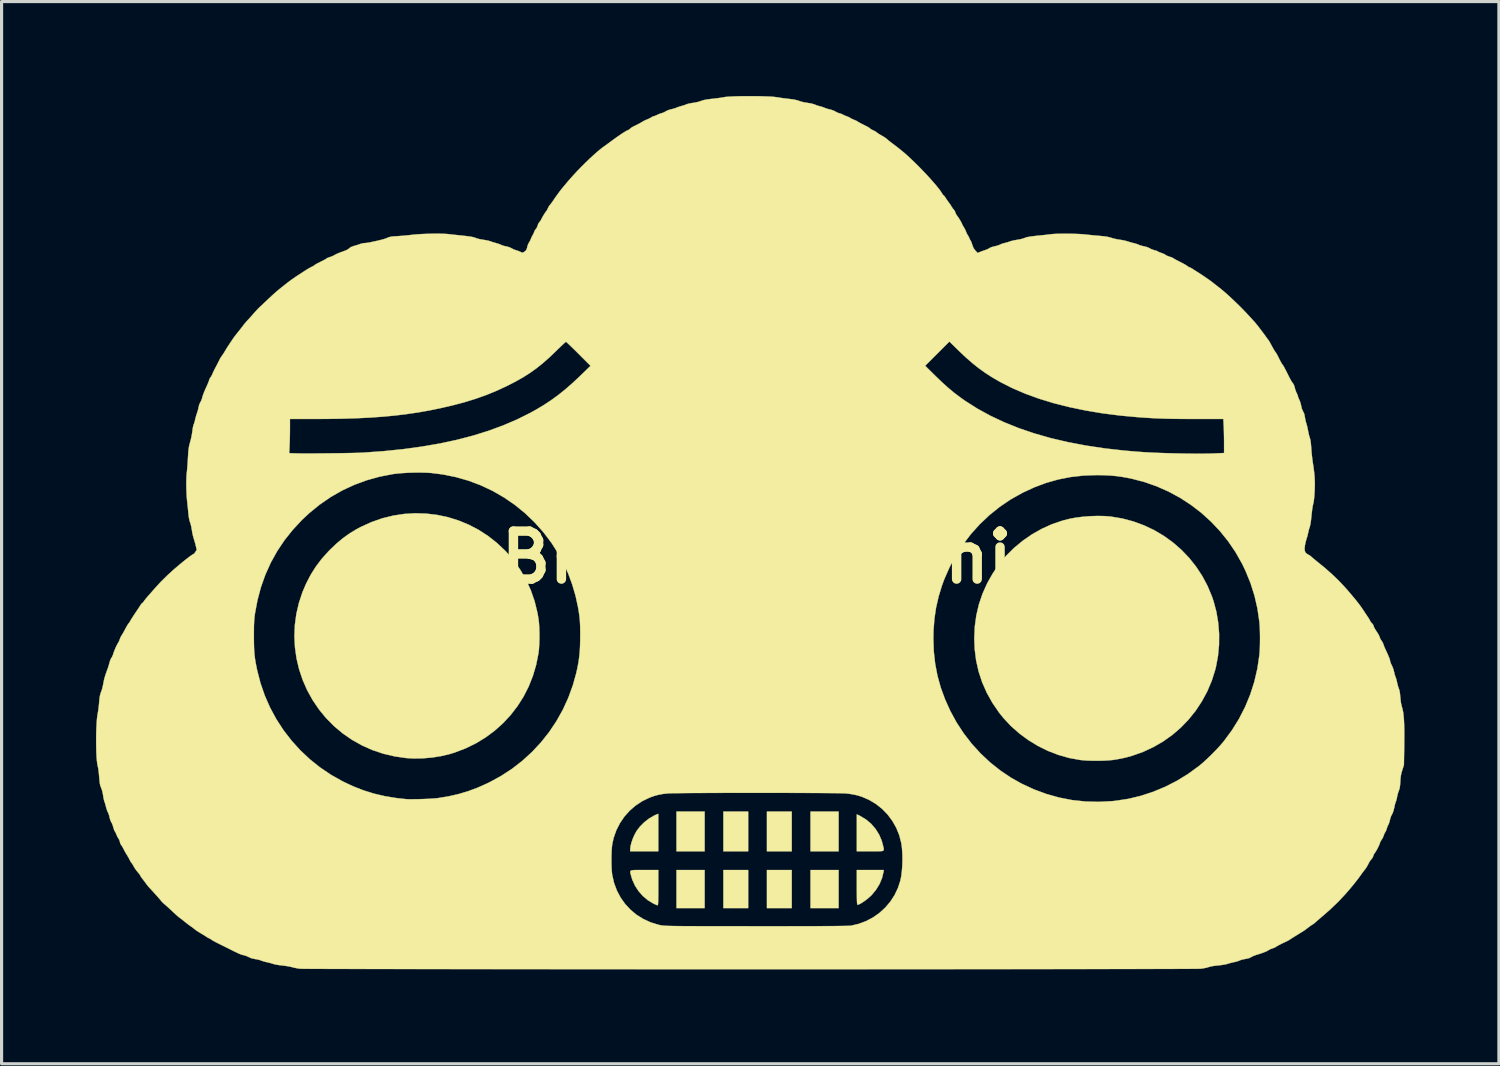
<source format=kicad_pcb>
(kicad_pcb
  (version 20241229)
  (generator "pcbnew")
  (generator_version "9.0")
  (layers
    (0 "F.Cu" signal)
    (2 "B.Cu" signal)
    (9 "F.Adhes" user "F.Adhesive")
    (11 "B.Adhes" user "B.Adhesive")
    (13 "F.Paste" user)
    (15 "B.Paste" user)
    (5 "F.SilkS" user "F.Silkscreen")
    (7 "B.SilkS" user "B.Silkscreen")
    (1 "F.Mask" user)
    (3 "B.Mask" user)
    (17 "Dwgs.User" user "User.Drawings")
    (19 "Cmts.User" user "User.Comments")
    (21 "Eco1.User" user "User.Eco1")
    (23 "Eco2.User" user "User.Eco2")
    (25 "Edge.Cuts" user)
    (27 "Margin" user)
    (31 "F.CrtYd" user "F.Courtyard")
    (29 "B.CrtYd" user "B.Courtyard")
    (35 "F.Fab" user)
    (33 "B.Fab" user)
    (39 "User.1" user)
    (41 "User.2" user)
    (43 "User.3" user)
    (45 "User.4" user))
  (footprint "BrrFaceSilkThick"
    (layer "F.Cu")
    (at 22.259 14.656)
    (property "Reference" "BrrFaceSilkThick" (at 0 0 0) (layer "F.SilkS") (effects (font (size 1.524 1.524) (thickness 0.3))))
    (attr through_hole)
    (fp_poly (pts (xy -2.925 9.337) (xy -3.819 9.337) (xy -3.819 8.075) (xy -2.925 8.075) (xy -2.925 9.337)) (stroke (width 0.01) (type solid)) (fill yes) (layer "F.SilkS"))
    (fp_poly (pts (xy -2.925 11.141) (xy -3.819 11.141) (xy -3.819 9.932) (xy -2.925 9.932) (xy -2.925 11.141)) (stroke (width 0.01) (type solid)) (fill yes) (layer "F.SilkS"))
    (fp_poly (pts (xy -1.542 9.337) (xy -2.33 9.337) (xy -2.33 8.075) (xy -1.542 8.075) (xy -1.542 9.337)) (stroke (width 0.01) (type solid)) (fill yes) (layer "F.SilkS"))
    (fp_poly (pts (xy -1.542 11.141) (xy -2.33 11.141) (xy -2.33 9.932) (xy -1.542 9.932) (xy -1.542 11.141)) (stroke (width 0.01) (type solid)) (fill yes) (layer "F.SilkS"))
    (fp_poly (pts (xy -0.158 9.337) (xy -0.946 9.337) (xy -0.946 8.075) (xy -0.158 8.075) (xy -0.158 9.337)) (stroke (width 0.01) (type solid)) (fill yes) (layer "F.SilkS"))
    (fp_poly (pts (xy -0.158 11.141) (xy -0.946 11.141) (xy -0.946 9.932) (xy -0.158 9.932) (xy -0.158 11.141)) (stroke (width 0.01) (type solid)) (fill yes) (layer "F.SilkS"))
    (fp_poly (pts (xy 1.331 9.337) (xy 0.438 9.337) (xy 0.438 8.075) (xy 1.331 8.075) (xy 1.331 9.337)) (stroke (width 0.01) (type solid)) (fill yes) (layer "F.SilkS"))
    (fp_poly (pts (xy 1.331 11.141) (xy 0.438 11.141) (xy 0.438 9.932) (xy 1.331 9.932) (xy 1.331 11.141)) (stroke (width 0.01) (type solid)) (fill yes) (layer "F.SilkS"))
    (fp_poly (pts (xy -4.397 9.337) (xy -5.29 9.337) (xy -5.29 9.28) (xy -5.28 9.182) (xy -5.251 9.065) (xy -5.209 8.941) (xy -5.155 8.817) (xy -5.094 8.705) (xy -5.086 8.691) (xy -4.978 8.549) (xy -4.845 8.416) (xy -4.695 8.299) (xy -4.537 8.206) (xy -4.44 8.163) (xy -4.397 8.146) (xy -4.397 9.337)) (stroke (width 0.01) (type solid)) (fill yes) (layer "F.SilkS"))
    (fp_poly (pts (xy 2.03 8.223) (xy 2.21 8.333) (xy 2.37 8.47) (xy 2.507 8.63) (xy 2.619 8.809) (xy 2.701 9.004) (xy 2.742 9.153) (xy 2.754 9.21) (xy 2.764 9.254) (xy 2.766 9.286) (xy 2.757 9.309) (xy 2.734 9.324) (xy 2.692 9.332) (xy 2.629 9.336) (xy 2.54 9.337) (xy 2.422 9.337) (xy 2.339 9.337) (xy 1.909 9.337) (xy 1.909 8.163) (xy 2.03 8.223)) (stroke (width 0.01) (type solid)) (fill yes) (layer "F.SilkS"))
    (fp_poly (pts (xy 2.756 9.998) (xy 2.709 10.191) (xy 2.63 10.379) (xy 2.521 10.557) (xy 2.386 10.721) (xy 2.367 10.74) (xy 2.293 10.808) (xy 2.213 10.874) (xy 2.13 10.934) (xy 2.053 10.984) (xy 1.987 11.019) (xy 1.939 11.035) (xy 1.931 11.036) (xy 1.925 11.028) (xy 1.92 11.004) (xy 1.916 10.96) (xy 1.913 10.894) (xy 1.911 10.802) (xy 1.91 10.681) (xy 1.909 10.53) (xy 1.909 10.484) (xy 1.909 9.932) (xy 2.766 9.932) (xy 2.756 9.998)) (stroke (width 0.01) (type solid)) (fill yes) (layer "F.SilkS"))
    (fp_poly (pts (xy -4.958 9.932) (xy -4.844 9.932) (xy -4.397 9.932) (xy -4.397 10.493) (xy -4.397 10.655) (xy -4.398 10.784) (xy -4.4 10.885) (xy -4.402 10.959) (xy -4.406 11.01) (xy -4.411 11.04) (xy -4.416 11.052) (xy -4.419 11.053) (xy -4.444 11.045) (xy -4.491 11.025) (xy -4.551 10.997) (xy -4.563 10.991) (xy -4.735 10.886) (xy -4.891 10.754) (xy -5.027 10.598) (xy -5.139 10.425) (xy -5.223 10.239) (xy -5.256 10.132) (xy -5.272 10.071) (xy -5.284 10.024) (xy -5.289 9.989) (xy -5.282 9.964) (xy -5.261 9.948) (xy -5.221 9.938) (xy -5.16 9.933) (xy -5.073 9.932) (xy -4.958 9.932)) (stroke (width 0.01) (type solid)) (fill yes) (layer "F.SilkS"))
    (fp_poly (pts (xy -11.765 -1.39) (xy -11.417 -1.348) (xy -11.075 -1.275) (xy -10.741 -1.171) (xy -10.416 -1.037) (xy -10.102 -0.872) (xy -9.802 -0.678) (xy -9.519 -0.455) (xy -9.253 -0.203) (xy -9.233 -0.182) (xy -8.991 0.099) (xy -8.779 0.398) (xy -8.597 0.714) (xy -8.446 1.047) (xy -8.325 1.396) (xy -8.236 1.761) (xy -8.204 1.944) (xy -8.188 2.079) (xy -8.178 2.238) (xy -8.173 2.413) (xy -8.173 2.592) (xy -8.179 2.765) (xy -8.189 2.924) (xy -8.204 3.048) (xy -8.277 3.414) (xy -8.381 3.766) (xy -8.515 4.103) (xy -8.678 4.423) (xy -8.869 4.724) (xy -9.086 5.006) (xy -9.328 5.267) (xy -9.594 5.505) (xy -9.882 5.719) (xy -10.191 5.907) (xy -10.52 6.068) (xy -10.867 6.2) (xy -11.011 6.245) (xy -11.287 6.311) (xy -11.58 6.358) (xy -11.881 6.384) (xy -12.177 6.388) (xy -12.402 6.375) (xy -12.771 6.322) (xy -13.129 6.238) (xy -13.475 6.122) (xy -13.806 5.975) (xy -14.121 5.799) (xy -14.418 5.595) (xy -14.695 5.363) (xy -14.951 5.104) (xy -15.169 4.839) (xy -15.375 4.537) (xy -15.551 4.22) (xy -15.695 3.891) (xy -15.808 3.553) (xy -15.89 3.207) (xy -15.939 2.856) (xy -15.957 2.503) (xy -15.942 2.149) (xy -15.895 1.797) (xy -15.814 1.448) (xy -15.701 1.106) (xy -15.581 0.827) (xy -15.436 0.548) (xy -15.275 0.293) (xy -15.095 0.054) (xy -14.887 -0.179) (xy -14.813 -0.255) (xy -14.612 -0.445) (xy -14.416 -0.609) (xy -14.215 -0.753) (xy -14.002 -0.884) (xy -13.841 -0.97) (xy -13.506 -1.122) (xy -13.165 -1.241) (xy -12.817 -1.327) (xy -12.467 -1.38) (xy -12.115 -1.401) (xy -11.765 -1.39)) (stroke (width 0.01) (type solid)) (fill yes) (layer "F.SilkS"))
    (fp_poly (pts (xy 9.777 -1.312) (xy 9.975 -1.297) (xy 9.985 -1.295) (xy 10.348 -1.234) (xy 10.699 -1.14) (xy 11.037 -1.015) (xy 11.359 -0.862) (xy 11.665 -0.681) (xy 11.952 -0.473) (xy 12.219 -0.241) (xy 12.465 0.015) (xy 12.686 0.293) (xy 12.882 0.591) (xy 13.051 0.908) (xy 13.191 1.243) (xy 13.241 1.389) (xy 13.33 1.722) (xy 13.389 2.069) (xy 13.418 2.422) (xy 13.416 2.777) (xy 13.383 3.128) (xy 13.32 3.469) (xy 13.295 3.571) (xy 13.184 3.921) (xy 13.042 4.256) (xy 12.871 4.573) (xy 12.674 4.872) (xy 12.45 5.15) (xy 12.203 5.406) (xy 11.933 5.639) (xy 11.642 5.846) (xy 11.331 6.026) (xy 11.003 6.179) (xy 10.659 6.301) (xy 10.487 6.349) (xy 10.375 6.376) (xy 10.249 6.401) (xy 10.127 6.423) (xy 10.04 6.436) (xy 9.901 6.449) (xy 9.738 6.458) (xy 9.562 6.461) (xy 9.384 6.46) (xy 9.214 6.454) (xy 9.063 6.442) (xy 8.995 6.434) (xy 8.649 6.371) (xy 8.309 6.274) (xy 7.978 6.146) (xy 7.659 5.988) (xy 7.354 5.802) (xy 7.068 5.59) (xy 6.802 5.355) (xy 6.561 5.096) (xy 6.428 4.93) (xy 6.216 4.62) (xy 6.037 4.299) (xy 5.891 3.967) (xy 5.778 3.624) (xy 5.699 3.27) (xy 5.653 2.905) (xy 5.641 2.575) (xy 5.657 2.202) (xy 5.706 1.842) (xy 5.788 1.492) (xy 5.904 1.151) (xy 6.053 0.819) (xy 6.229 0.508) (xy 6.428 0.218) (xy 6.655 -0.053) (xy 6.908 -0.303) (xy 7.182 -0.53) (xy 7.475 -0.732) (xy 7.785 -0.907) (xy 8.107 -1.053) (xy 8.441 -1.167) (xy 8.667 -1.225) (xy 8.871 -1.263) (xy 9.094 -1.291) (xy 9.326 -1.309) (xy 9.558 -1.316) (xy 9.777 -1.312)) (stroke (width 0.01) (type solid)) (fill yes) (layer "F.SilkS"))
    (fp_poly (pts (xy -1.248 -14.65) (xy -1.093 -14.647) (xy -0.951 -14.642) (xy -0.826 -14.637) (xy -0.725 -14.629) (xy -0.652 -14.62) (xy -0.648 -14.62) (xy -0.562 -14.606) (xy -0.456 -14.59) (xy -0.343 -14.576) (xy -0.251 -14.565) (xy -0.115 -14.548) (xy -0.009 -14.527) (xy 0.072 -14.502) (xy 0.082 -14.498) (xy 0.152 -14.475) (xy 0.242 -14.454) (xy 0.334 -14.439) (xy 0.345 -14.437) (xy 0.426 -14.425) (xy 0.502 -14.408) (xy 0.56 -14.39) (xy 0.572 -14.385) (xy 0.631 -14.361) (xy 0.701 -14.339) (xy 0.732 -14.331) (xy 0.797 -14.314) (xy 0.858 -14.293) (xy 0.88 -14.283) (xy 0.927 -14.264) (xy 0.993 -14.244) (xy 1.049 -14.231) (xy 1.12 -14.211) (xy 1.187 -14.185) (xy 1.225 -14.165) (xy 1.281 -14.134) (xy 1.339 -14.112) (xy 1.349 -14.11) (xy 1.409 -14.092) (xy 1.463 -14.067) (xy 1.516 -14.04) (xy 1.577 -14.016) (xy 1.585 -14.013) (xy 1.643 -13.991) (xy 1.696 -13.963) (xy 1.702 -13.958) (xy 1.75 -13.931) (xy 1.809 -13.905) (xy 1.824 -13.899) (xy 1.876 -13.878) (xy 1.917 -13.856) (xy 1.926 -13.85) (xy 1.952 -13.833) (xy 2.002 -13.805) (xy 2.069 -13.77) (xy 2.141 -13.734) (xy 2.214 -13.697) (xy 2.274 -13.664) (xy 2.315 -13.639) (xy 2.33 -13.625) (xy 2.33 -13.625) (xy 2.345 -13.61) (xy 2.382 -13.588) (xy 2.413 -13.574) (xy 2.468 -13.547) (xy 2.514 -13.521) (xy 2.528 -13.51) (xy 2.577 -13.472) (xy 2.655 -13.423) (xy 2.759 -13.364) (xy 2.814 -13.329) (xy 2.865 -13.289) (xy 2.874 -13.28) (xy 2.908 -13.25) (xy 2.962 -13.207) (xy 3.027 -13.158) (xy 3.066 -13.129) (xy 3.136 -13.076) (xy 3.223 -13.009) (xy 3.314 -12.935) (xy 3.401 -12.864) (xy 3.406 -12.86) (xy 3.515 -12.764) (xy 3.633 -12.654) (xy 3.758 -12.534) (xy 3.886 -12.407) (xy 4.013 -12.276) (xy 4.137 -12.145) (xy 4.254 -12.017) (xy 4.36 -11.896) (xy 4.453 -11.786) (xy 4.53 -11.69) (xy 4.586 -11.612) (xy 4.614 -11.566) (xy 4.637 -11.528) (xy 4.656 -11.509) (xy 4.658 -11.509) (xy 4.676 -11.495) (xy 4.703 -11.46) (xy 4.72 -11.434) (xy 4.759 -11.375) (xy 4.805 -11.309) (xy 4.826 -11.281) (xy 4.868 -11.224) (xy 4.905 -11.166) (xy 4.92 -11.141) (xy 4.952 -11.092) (xy 4.985 -11.051) (xy 4.99 -11.047) (xy 5.02 -11.005) (xy 5.037 -10.964) (xy 5.056 -10.913) (xy 5.086 -10.865) (xy 5.117 -10.823) (xy 5.153 -10.769) (xy 5.19 -10.709) (xy 5.223 -10.653) (xy 5.246 -10.608) (xy 5.255 -10.585) (xy 5.255 -10.585) (xy 5.264 -10.561) (xy 5.287 -10.521) (xy 5.3 -10.502) (xy 5.334 -10.444) (xy 5.367 -10.376) (xy 5.378 -10.349) (xy 5.401 -10.293) (xy 5.425 -10.248) (xy 5.435 -10.232) (xy 5.458 -10.197) (xy 5.481 -10.148) (xy 5.483 -10.142) (xy 5.504 -10.094) (xy 5.526 -10.058) (xy 5.528 -10.055) (xy 5.544 -10.025) (xy 5.563 -9.973) (xy 5.579 -9.923) (xy 5.616 -9.827) (xy 5.673 -9.749) (xy 5.678 -9.743) (xy 5.748 -9.67) (xy 5.812 -9.698) (xy 5.867 -9.719) (xy 5.935 -9.744) (xy 5.977 -9.757) (xy 6.04 -9.781) (xy 6.096 -9.807) (xy 6.121 -9.823) (xy 6.162 -9.845) (xy 6.223 -9.866) (xy 6.283 -9.88) (xy 6.353 -9.897) (xy 6.416 -9.916) (xy 6.454 -9.933) (xy 6.503 -9.955) (xy 6.567 -9.976) (xy 6.604 -9.985) (xy 6.676 -10.004) (xy 6.75 -10.027) (xy 6.779 -10.038) (xy 6.835 -10.055) (xy 6.911 -10.072) (xy 6.992 -10.086) (xy 7.004 -10.088) (xy 7.085 -10.102) (xy 7.164 -10.12) (xy 7.225 -10.141) (xy 7.232 -10.143) (xy 7.269 -10.158) (xy 7.313 -10.171) (xy 7.368 -10.182) (xy 7.44 -10.194) (xy 7.533 -10.205) (xy 7.652 -10.219) (xy 7.76 -10.23) (xy 7.854 -10.239) (xy 7.951 -10.25) (xy 8.035 -10.261) (xy 8.067 -10.265) (xy 8.146 -10.272) (xy 8.254 -10.278) (xy 8.382 -10.281) (xy 8.523 -10.282) (xy 8.67 -10.281) (xy 8.816 -10.278) (xy 8.953 -10.273) (xy 9.074 -10.266) (xy 9.173 -10.257) (xy 9.179 -10.256) (xy 9.289 -10.244) (xy 9.416 -10.231) (xy 9.544 -10.22) (xy 9.633 -10.212) (xy 9.769 -10.199) (xy 9.878 -10.182) (xy 9.969 -10.159) (xy 9.994 -10.151) (xy 10.076 -10.127) (xy 10.173 -10.105) (xy 10.264 -10.09) (xy 10.267 -10.09) (xy 10.351 -10.077) (xy 10.436 -10.059) (xy 10.504 -10.04) (xy 10.51 -10.038) (xy 10.586 -10.014) (xy 10.668 -9.991) (xy 10.703 -9.983) (xy 10.771 -9.966) (xy 10.835 -9.943) (xy 10.862 -9.932) (xy 10.913 -9.911) (xy 10.982 -9.892) (xy 11.037 -9.88) (xy 11.107 -9.863) (xy 11.174 -9.839) (xy 11.211 -9.819) (xy 11.266 -9.791) (xy 11.334 -9.766) (xy 11.364 -9.757) (xy 11.417 -9.743) (xy 11.455 -9.729) (xy 11.465 -9.722) (xy 11.485 -9.709) (xy 11.529 -9.69) (xy 11.587 -9.67) (xy 11.647 -9.647) (xy 11.695 -9.624) (xy 11.72 -9.607) (xy 11.748 -9.588) (xy 11.797 -9.567) (xy 11.84 -9.553) (xy 11.898 -9.534) (xy 11.946 -9.514) (xy 11.965 -9.502) (xy 11.991 -9.485) (xy 12.041 -9.456) (xy 12.108 -9.421) (xy 12.175 -9.387) (xy 12.254 -9.347) (xy 12.325 -9.308) (xy 12.38 -9.275) (xy 12.408 -9.255) (xy 12.446 -9.228) (xy 12.475 -9.214) (xy 12.478 -9.214) (xy 12.504 -9.205) (xy 12.546 -9.181) (xy 12.571 -9.166) (xy 12.626 -9.13) (xy 12.678 -9.097) (xy 12.694 -9.087) (xy 12.764 -9.043) (xy 12.847 -8.989) (xy 12.937 -8.929) (xy 13.025 -8.868) (xy 13.105 -8.813) (xy 13.169 -8.766) (xy 13.208 -8.737) (xy 13.248 -8.705) (xy 13.306 -8.659) (xy 13.375 -8.605) (xy 13.427 -8.565) (xy 13.537 -8.476) (xy 13.664 -8.366) (xy 13.802 -8.239) (xy 13.948 -8.101) (xy 14.094 -7.958) (xy 14.236 -7.813) (xy 14.367 -7.673) (xy 14.399 -7.638) (xy 14.453 -7.579) (xy 14.502 -7.525) (xy 14.538 -7.486) (xy 14.549 -7.474) (xy 14.576 -7.442) (xy 14.62 -7.388) (xy 14.674 -7.319) (xy 14.733 -7.242) (xy 14.792 -7.164) (xy 14.847 -7.091) (xy 14.892 -7.03) (xy 14.92 -6.989) (xy 14.952 -6.944) (xy 14.979 -6.911) (xy 15 -6.88) (xy 15.031 -6.828) (xy 15.068 -6.761) (xy 15.091 -6.718) (xy 15.13 -6.647) (xy 15.166 -6.585) (xy 15.194 -6.54) (xy 15.205 -6.525) (xy 15.22 -6.507) (xy 15.236 -6.482) (xy 15.257 -6.446) (xy 15.285 -6.393) (xy 15.322 -6.318) (xy 15.359 -6.245) (xy 15.389 -6.189) (xy 15.419 -6.141) (xy 15.434 -6.122) (xy 15.454 -6.093) (xy 15.485 -6.04) (xy 15.522 -5.97) (xy 15.557 -5.903) (xy 15.614 -5.788) (xy 15.658 -5.701) (xy 15.693 -5.636) (xy 15.72 -5.589) (xy 15.742 -5.556) (xy 15.761 -5.532) (xy 15.764 -5.528) (xy 15.788 -5.49) (xy 15.81 -5.433) (xy 15.82 -5.395) (xy 15.84 -5.322) (xy 15.868 -5.248) (xy 15.882 -5.22) (xy 15.906 -5.169) (xy 15.921 -5.127) (xy 15.923 -5.113) (xy 15.931 -5.082) (xy 15.951 -5.034) (xy 15.965 -5.006) (xy 15.991 -4.944) (xy 16.014 -4.867) (xy 16.025 -4.814) (xy 16.045 -4.728) (xy 16.075 -4.656) (xy 16.086 -4.637) (xy 16.125 -4.552) (xy 16.142 -4.463) (xy 16.155 -4.383) (xy 16.175 -4.299) (xy 16.188 -4.257) (xy 16.207 -4.192) (xy 16.227 -4.109) (xy 16.244 -4.023) (xy 16.246 -4.01) (xy 16.262 -3.932) (xy 16.28 -3.857) (xy 16.298 -3.801) (xy 16.301 -3.791) (xy 16.317 -3.734) (xy 16.331 -3.643) (xy 16.342 -3.518) (xy 16.347 -3.451) (xy 16.356 -3.33) (xy 16.37 -3.197) (xy 16.386 -3.066) (xy 16.403 -2.953) (xy 16.405 -2.943) (xy 16.422 -2.828) (xy 16.438 -2.698) (xy 16.45 -2.57) (xy 16.456 -2.479) (xy 16.459 -2.352) (xy 16.457 -2.217) (xy 16.452 -2.082) (xy 16.443 -1.953) (xy 16.432 -1.839) (xy 16.418 -1.746) (xy 16.405 -1.69) (xy 16.394 -1.642) (xy 16.381 -1.568) (xy 16.369 -1.475) (xy 16.357 -1.373) (xy 16.352 -1.323) (xy 16.338 -1.185) (xy 16.322 -1.073) (xy 16.304 -0.99) (xy 16.294 -0.955) (xy 16.271 -0.886) (xy 16.253 -0.814) (xy 16.248 -0.788) (xy 16.235 -0.725) (xy 16.215 -0.651) (xy 16.202 -0.613) (xy 16.182 -0.545) (xy 16.161 -0.461) (xy 16.145 -0.382) (xy 16.134 -0.283) (xy 16.139 -0.209) (xy 16.162 -0.154) (xy 16.207 -0.112) (xy 16.244 -0.091) (xy 16.295 -0.062) (xy 16.336 -0.032) (xy 16.346 -0.023) (xy 16.371 0.001) (xy 16.417 0.04) (xy 16.476 0.088) (xy 16.519 0.123) (xy 16.774 0.331) (xy 17.002 0.532) (xy 17.21 0.732) (xy 17.403 0.936) (xy 17.5 1.045) (xy 17.619 1.185) (xy 17.718 1.303) (xy 17.801 1.405) (xy 17.87 1.494) (xy 17.929 1.575) (xy 17.982 1.652) (xy 17.99 1.664) (xy 18.02 1.709) (xy 18.062 1.773) (xy 18.109 1.843) (xy 18.126 1.867) (xy 18.166 1.929) (xy 18.197 1.98) (xy 18.215 2.014) (xy 18.218 2.022) (xy 18.23 2.045) (xy 18.259 2.079) (xy 18.27 2.09) (xy 18.304 2.129) (xy 18.322 2.163) (xy 18.323 2.171) (xy 18.332 2.201) (xy 18.355 2.249) (xy 18.378 2.287) (xy 18.417 2.348) (xy 18.455 2.408) (xy 18.473 2.435) (xy 18.501 2.489) (xy 18.522 2.541) (xy 18.524 2.549) (xy 18.545 2.6) (xy 18.576 2.645) (xy 18.608 2.692) (xy 18.634 2.749) (xy 18.637 2.759) (xy 18.657 2.817) (xy 18.685 2.885) (xy 18.7 2.917) (xy 18.76 3.046) (xy 18.805 3.15) (xy 18.835 3.227) (xy 18.848 3.277) (xy 18.849 3.285) (xy 18.857 3.321) (xy 18.877 3.375) (xy 18.902 3.427) (xy 18.935 3.5) (xy 18.962 3.578) (xy 18.973 3.626) (xy 18.99 3.699) (xy 19.012 3.773) (xy 19.023 3.801) (xy 19.045 3.864) (xy 19.065 3.941) (xy 19.075 3.989) (xy 19.092 4.062) (xy 19.114 4.135) (xy 19.129 4.173) (xy 19.151 4.245) (xy 19.166 4.348) (xy 19.174 4.441) (xy 19.193 4.615) (xy 19.227 4.759) (xy 19.229 4.765) (xy 19.25 4.841) (xy 19.267 4.932) (xy 19.28 5.039) (xy 19.29 5.167) (xy 19.297 5.317) (xy 19.301 5.494) (xy 19.301 5.698) (xy 19.299 5.935) (xy 19.299 5.991) (xy 19.289 6.595) (xy 19.238 6.753) (xy 19.211 6.844) (xy 19.193 6.93) (xy 19.181 7.025) (xy 19.175 7.117) (xy 19.168 7.227) (xy 19.157 7.309) (xy 19.142 7.372) (xy 19.13 7.403) (xy 19.107 7.465) (xy 19.086 7.542) (xy 19.074 7.6) (xy 19.06 7.667) (xy 19.044 7.727) (xy 19.032 7.761) (xy 19.018 7.799) (xy 19.001 7.86) (xy 18.985 7.933) (xy 18.981 7.953) (xy 18.957 8.052) (xy 18.928 8.13) (xy 18.91 8.164) (xy 18.882 8.217) (xy 18.858 8.286) (xy 18.847 8.33) (xy 18.831 8.397) (xy 18.81 8.458) (xy 18.796 8.487) (xy 18.771 8.538) (xy 18.748 8.601) (xy 18.743 8.618) (xy 18.725 8.673) (xy 18.704 8.716) (xy 18.697 8.726) (xy 18.676 8.76) (xy 18.655 8.812) (xy 18.646 8.837) (xy 18.622 8.899) (xy 18.59 8.955) (xy 18.579 8.97) (xy 18.546 9.021) (xy 18.525 9.075) (xy 18.524 9.078) (xy 18.508 9.126) (xy 18.478 9.192) (xy 18.441 9.265) (xy 18.402 9.333) (xy 18.367 9.386) (xy 18.357 9.398) (xy 18.331 9.441) (xy 18.315 9.488) (xy 18.294 9.539) (xy 18.26 9.584) (xy 18.224 9.626) (xy 18.188 9.681) (xy 18.181 9.695) (xy 18.134 9.787) (xy 18.092 9.857) (xy 18.052 9.914) (xy 18.032 9.938) (xy 17.993 9.987) (xy 17.948 10.049) (xy 17.92 10.089) (xy 17.86 10.173) (xy 17.78 10.277) (xy 17.686 10.395) (xy 17.582 10.521) (xy 17.472 10.648) (xy 17.434 10.692) (xy 17.204 10.938) (xy 16.947 11.184) (xy 16.755 11.353) (xy 16.674 11.422) (xy 16.599 11.487) (xy 16.535 11.541) (xy 16.489 11.582) (xy 16.466 11.603) (xy 16.423 11.639) (xy 16.381 11.666) (xy 16.347 11.687) (xy 16.296 11.723) (xy 16.239 11.766) (xy 16.235 11.769) (xy 16.18 11.811) (xy 16.133 11.846) (xy 16.103 11.866) (xy 16.101 11.867) (xy 16.071 11.886) (xy 16.023 11.915) (xy 15.984 11.939) (xy 15.917 11.981) (xy 15.844 12.026) (xy 15.813 12.045) (xy 15.753 12.082) (xy 15.696 12.119) (xy 15.673 12.135) (xy 15.616 12.17) (xy 15.557 12.201) (xy 15.555 12.201) (xy 15.464 12.244) (xy 15.376 12.286) (xy 15.301 12.326) (xy 15.245 12.357) (xy 15.225 12.371) (xy 15.18 12.396) (xy 15.123 12.418) (xy 15.111 12.421) (xy 15.05 12.444) (xy 14.994 12.473) (xy 14.987 12.478) (xy 14.93 12.511) (xy 14.842 12.547) (xy 14.728 12.588) (xy 14.599 12.628) (xy 14.531 12.651) (xy 14.469 12.679) (xy 14.436 12.699) (xy 14.376 12.728) (xy 14.291 12.75) (xy 14.254 12.756) (xy 14.181 12.77) (xy 14.112 12.788) (xy 14.065 12.806) (xy 14.013 12.827) (xy 13.944 12.847) (xy 13.898 12.856) (xy 13.819 12.874) (xy 13.735 12.897) (xy 13.696 12.909) (xy 13.638 12.925) (xy 13.557 12.94) (xy 13.463 12.954) (xy 13.387 12.962) (xy 13.268 12.975) (xy 13.167 12.992) (xy 13.091 13.012) (xy 13.081 13.016) (xy 13.021 13.034) (xy 12.938 13.051) (xy 12.847 13.064) (xy 12.81 13.068) (xy 12.784 13.068) (xy 12.723 13.069) (xy 12.63 13.07) (xy 12.505 13.071) (xy 12.348 13.071) (xy 12.162 13.072) (xy 11.946 13.073) (xy 11.703 13.074) (xy 11.433 13.074) (xy 11.137 13.075) (xy 10.816 13.075) (xy 10.471 13.076) (xy 10.103 13.076) (xy 9.713 13.077) (xy 9.303 13.077) (xy 8.873 13.078) (xy 8.424 13.078) (xy 7.957 13.079) (xy 7.473 13.079) (xy 6.973 13.079) (xy 6.459 13.08) (xy 5.931 13.08) (xy 5.39 13.08) (xy 4.837 13.081) (xy 4.274 13.081) (xy 3.701 13.081) (xy 3.119 13.081) (xy 2.53 13.081) (xy 1.934 13.082) (xy 1.332 13.082) (xy 0.726 13.082) (xy 0.116 13.082) (xy -0.497 13.082) (xy -1.111 13.082) (xy -1.726 13.082) (xy -2.34 13.082) (xy -2.953 13.082) (xy -3.564 13.082) (xy -4.171 13.082) (xy -4.774 13.082) (xy -5.371 13.081) (xy -5.962 13.081) (xy -6.545 13.081) (xy -7.12 13.081) (xy -7.685 13.081) (xy -8.24 13.08) (xy -8.783 13.08) (xy -9.314 13.08) (xy -9.831 13.079) (xy -10.333 13.079) (xy -10.82 13.079) (xy -11.29 13.078) (xy -11.743 13.078) (xy -12.177 13.077) (xy -12.591 13.077) (xy -12.985 13.076) (xy -13.357 13.076) (xy -13.706 13.075) (xy -14.032 13.075) (xy -14.333 13.074) (xy -14.608 13.074) (xy -14.857 13.073) (xy -15.078 13.072) (xy -15.27 13.072) (xy -15.432 13.071) (xy -15.563 13.07) (xy -15.663 13.069) (xy -15.73 13.068) (xy -15.763 13.068) (xy -15.766 13.068) (xy -15.853 13.056) (xy -15.951 13.037) (xy -16.03 13.017) (xy -16.107 12.999) (xy -16.204 12.982) (xy -16.305 12.968) (xy -16.354 12.962) (xy -16.445 12.952) (xy -16.534 12.937) (xy -16.608 12.921) (xy -16.641 12.911) (xy -16.717 12.887) (xy -16.801 12.866) (xy -16.843 12.857) (xy -16.914 12.84) (xy -16.984 12.818) (xy -17.019 12.805) (xy -17.075 12.785) (xy -17.149 12.769) (xy -17.202 12.761) (xy -17.327 12.733) (xy -17.403 12.699) (xy -17.467 12.669) (xy -17.531 12.646) (xy -17.561 12.639) (xy -17.619 12.625) (xy -17.687 12.601) (xy -17.719 12.587) (xy -17.782 12.557) (xy -17.843 12.528) (xy -17.868 12.517) (xy -17.921 12.491) (xy -17.97 12.466) (xy -17.973 12.464) (xy -18.003 12.449) (xy -18.058 12.421) (xy -18.132 12.384) (xy -18.22 12.341) (xy -18.291 12.306) (xy -18.382 12.261) (xy -18.463 12.219) (xy -18.527 12.185) (xy -18.57 12.16) (xy -18.585 12.149) (xy -18.614 12.127) (xy -18.658 12.104) (xy -18.661 12.103) (xy -18.709 12.08) (xy -18.747 12.056) (xy -18.747 12.055) (xy -18.775 12.036) (xy -18.825 12.004) (xy -18.889 11.966) (xy -18.922 11.946) (xy -18.992 11.904) (xy -19.055 11.864) (xy -19.101 11.832) (xy -19.114 11.821) (xy -19.152 11.79) (xy -19.207 11.748) (xy -19.261 11.71) (xy -19.328 11.662) (xy -19.404 11.603) (xy -19.469 11.551) (xy -19.524 11.507) (xy -19.571 11.47) (xy -19.603 11.447) (xy -19.607 11.445) (xy -19.63 11.428) (xy -19.673 11.391) (xy -19.731 11.338) (xy -19.799 11.276) (xy -19.841 11.236) (xy -19.915 11.168) (xy -19.984 11.105) (xy -20.042 11.053) (xy -20.083 11.017) (xy -20.096 11.007) (xy -20.143 10.965) (xy -20.186 10.916) (xy -20.189 10.913) (xy -20.217 10.878) (xy -20.264 10.823) (xy -20.326 10.753) (xy -20.397 10.674) (xy -20.473 10.59) (xy -20.549 10.508) (xy -20.574 10.482) (xy -20.62 10.428) (xy -20.665 10.37) (xy -20.67 10.362) (xy -20.707 10.311) (xy -20.753 10.25) (xy -20.78 10.216) (xy -20.815 10.17) (xy -20.839 10.134) (xy -20.846 10.119) (xy -20.856 10.097) (xy -20.883 10.06) (xy -20.902 10.036) (xy -20.967 9.957) (xy -21.015 9.893) (xy -21.052 9.833) (xy -21.071 9.798) (xy -21.097 9.751) (xy -21.119 9.719) (xy -21.126 9.713) (xy -21.144 9.692) (xy -21.169 9.649) (xy -21.188 9.611) (xy -21.196 9.595) (xy -5.886 9.595) (xy -5.885 9.741) (xy -5.88 9.878) (xy -5.872 9.997) (xy -5.861 10.09) (xy -5.802 10.345) (xy -5.712 10.586) (xy -5.594 10.809) (xy -5.449 11.012) (xy -5.279 11.195) (xy -5.087 11.354) (xy -4.873 11.487) (xy -4.641 11.594) (xy -4.392 11.671) (xy -4.336 11.683) (xy -4.314 11.688) (xy -4.291 11.692) (xy -4.265 11.695) (xy -4.235 11.698) (xy -4.198 11.701) (xy -4.152 11.704) (xy -4.098 11.706) (xy -4.031 11.708) (xy -3.952 11.71) (xy -3.858 11.711) (xy -3.748 11.713) (xy -3.619 11.714) (xy -3.471 11.715) (xy -3.302 11.715) (xy -3.11 11.716) (xy -2.893 11.716) (xy -2.649 11.717) (xy -2.378 11.717) (xy -2.077 11.717) (xy -1.744 11.717) (xy -1.379 11.718) (xy -1.288 11.718) (xy -0.848 11.718) (xy -0.443 11.718) (xy -0.073 11.717) (xy 0.263 11.716) (xy 0.564 11.716) (xy 0.83 11.714) (xy 1.062 11.713) (xy 1.259 11.711) (xy 1.421 11.709) (xy 1.549 11.707) (xy 1.641 11.705) (xy 1.698 11.702) (xy 1.717 11.701) (xy 1.967 11.643) (xy 2.204 11.555) (xy 2.425 11.438) (xy 2.629 11.294) (xy 2.813 11.126) (xy 2.974 10.936) (xy 3.11 10.726) (xy 3.218 10.498) (xy 3.293 10.267) (xy 3.321 10.128) (xy 3.341 9.964) (xy 3.354 9.785) (xy 3.359 9.599) (xy 3.356 9.415) (xy 3.344 9.242) (xy 3.325 9.09) (xy 3.32 9.067) (xy 3.256 8.82) (xy 3.161 8.587) (xy 3.037 8.369) (xy 2.888 8.17) (xy 2.715 7.991) (xy 2.521 7.836) (xy 2.307 7.707) (xy 2.078 7.607) (xy 1.925 7.559) (xy 1.834 7.539) (xy 1.725 7.519) (xy 1.615 7.504) (xy 1.559 7.498) (xy 1.514 7.496) (xy 1.437 7.493) (xy 1.329 7.491) (xy 1.194 7.489) (xy 1.033 7.488) (xy 0.85 7.486) (xy 0.646 7.485) (xy 0.424 7.484) (xy 0.186 7.483) (xy -0.064 7.482) (xy -0.326 7.481) (xy -0.595 7.481) (xy -0.871 7.48) (xy -1.15 7.48) (xy -1.43 7.48) (xy -1.708 7.48) (xy -1.983 7.481) (xy -2.251 7.481) (xy -2.511 7.482) (xy -2.76 7.483) (xy -2.994 7.484) (xy -3.213 7.485) (xy -3.414 7.486) (xy -3.593 7.488) (xy -3.749 7.49) (xy -3.88 7.491) (xy -3.982 7.493) (xy -4.053 7.496) (xy -4.086 7.497) (xy -4.249 7.515) (xy -4.39 7.541) (xy -4.525 7.578) (xy -4.667 7.629) (xy -4.677 7.633) (xy -4.906 7.743) (xy -5.116 7.882) (xy -5.306 8.046) (xy -5.473 8.233) (xy -5.614 8.44) (xy -5.729 8.665) (xy -5.814 8.905) (xy -5.858 9.1) (xy -5.87 9.193) (xy -5.879 9.313) (xy -5.884 9.449) (xy -5.886 9.595) (xy -21.196 9.595) (xy -21.224 9.542) (xy -21.266 9.47) (xy -21.283 9.442) (xy -21.323 9.378) (xy -21.363 9.304) (xy -21.38 9.27) (xy -21.41 9.212) (xy -21.44 9.163) (xy -21.457 9.142) (xy -21.482 9.101) (xy -21.499 9.047) (xy -21.5 9.04) (xy -21.517 8.983) (xy -21.544 8.932) (xy -21.546 8.929) (xy -21.575 8.883) (xy -21.603 8.824) (xy -21.608 8.809) (xy -21.63 8.757) (xy -21.652 8.716) (xy -21.659 8.707) (xy -21.676 8.676) (xy -21.695 8.624) (xy -21.711 8.57) (xy -21.731 8.504) (xy -21.755 8.444) (xy -21.774 8.412) (xy -21.796 8.368) (xy -21.817 8.306) (xy -21.828 8.259) (xy -21.844 8.192) (xy -21.865 8.131) (xy -21.88 8.1) (xy -21.902 8.054) (xy -21.924 7.989) (xy -21.94 7.932) (xy -21.958 7.862) (xy -21.977 7.797) (xy -21.991 7.759) (xy -22.005 7.712) (xy -22.02 7.645) (xy -22.032 7.569) (xy -22.034 7.554) (xy -22.05 7.468) (xy -22.072 7.384) (xy -22.097 7.318) (xy -22.097 7.317) (xy -22.115 7.273) (xy -22.129 7.224) (xy -22.14 7.163) (xy -22.149 7.083) (xy -22.158 6.976) (xy -22.158 6.972) (xy -22.167 6.873) (xy -22.178 6.778) (xy -22.19 6.697) (xy -22.201 6.64) (xy -22.204 6.63) (xy -22.218 6.561) (xy -22.231 6.462) (xy -22.241 6.339) (xy -22.248 6.197) (xy -22.252 6.04) (xy -22.254 5.876) (xy -22.254 5.708) (xy -22.251 5.542) (xy -22.245 5.384) (xy -22.237 5.238) (xy -22.227 5.11) (xy -22.213 5.006) (xy -22.204 4.954) (xy -22.192 4.89) (xy -22.18 4.803) (xy -22.168 4.704) (xy -22.159 4.606) (xy -22.149 4.495) (xy -22.137 4.409) (xy -22.121 4.341) (xy -22.101 4.281) (xy -22.095 4.268) (xy -22.07 4.197) (xy -22.047 4.108) (xy -22.029 4.021) (xy -22.027 4.012) (xy -22.002 3.88) (xy -21.963 3.743) (xy -21.909 3.59) (xy -21.892 3.547) (xy -21.869 3.48) (xy -21.845 3.4) (xy -21.831 3.346) (xy -21.812 3.281) (xy -21.789 3.225) (xy -21.771 3.195) (xy -21.746 3.155) (xy -21.722 3.099) (xy -21.713 3.072) (xy -21.694 3.012) (xy -21.666 2.939) (xy -21.633 2.863) (xy -21.6 2.793) (xy -21.571 2.739) (xy -21.556 2.715) (xy -21.537 2.684) (xy -21.516 2.633) (xy -21.505 2.603) (xy -21.484 2.547) (xy -21.461 2.503) (xy -21.452 2.489) (xy -21.451 2.487) (xy -17.244 2.487) (xy -17.243 2.673) (xy -17.24 2.832) (xy -17.234 2.971) (xy -17.223 3.098) (xy -17.208 3.222) (xy -17.187 3.35) (xy -17.16 3.489) (xy -17.139 3.591) (xy -17.033 3.999) (xy -16.896 4.395) (xy -16.728 4.776) (xy -16.53 5.141) (xy -16.304 5.489) (xy -16.051 5.817) (xy -15.773 6.125) (xy -15.47 6.41) (xy -15.144 6.671) (xy -14.796 6.906) (xy -14.428 7.113) (xy -14.421 7.117) (xy -14.092 7.272) (xy -13.763 7.401) (xy -13.429 7.505) (xy -13.083 7.586) (xy -12.718 7.646) (xy -12.42 7.679) (xy -12.352 7.683) (xy -12.257 7.684) (xy -12.142 7.683) (xy -12.013 7.681) (xy -11.878 7.677) (xy -11.745 7.672) (xy -11.62 7.665) (xy -11.511 7.658) (xy -11.426 7.65) (xy -11.398 7.647) (xy -11.058 7.591) (xy -10.74 7.518) (xy -10.435 7.427) (xy -10.132 7.314) (xy -9.822 7.175) (xy -9.764 7.147) (xy -9.393 6.945) (xy -9.041 6.715) (xy -8.712 6.459) (xy -8.405 6.178) (xy -8.122 5.874) (xy -7.864 5.549) (xy -7.633 5.203) (xy -7.429 4.84) (xy -7.255 4.459) (xy -7.111 4.063) (xy -7.006 3.687) (xy -6.965 3.505) (xy -6.933 3.336) (xy -6.91 3.173) (xy -6.893 3.006) (xy -6.883 2.827) (xy -6.878 2.626) (xy -6.877 2.584) (xy 4.341 2.584) (xy 4.355 2.992) (xy 4.399 3.384) (xy 4.472 3.764) (xy 4.576 4.138) (xy 4.712 4.509) (xy 4.879 4.879) (xy 5.078 5.245) (xy 5.307 5.594) (xy 5.562 5.923) (xy 5.842 6.23) (xy 6.145 6.514) (xy 6.47 6.772) (xy 6.813 7.002) (xy 7.138 7.185) (xy 7.531 7.368) (xy 7.931 7.516) (xy 8.337 7.63) (xy 8.749 7.71) (xy 9.169 7.755) (xy 9.596 7.766) (xy 10.03 7.743) (xy 10.133 7.732) (xy 10.534 7.671) (xy 10.932 7.575) (xy 11.324 7.447) (xy 11.707 7.287) (xy 12.078 7.098) (xy 12.434 6.879) (xy 12.773 6.632) (xy 12.797 6.613) (xy 12.912 6.516) (xy 13.04 6.398) (xy 13.175 6.268) (xy 13.307 6.134) (xy 13.43 6.002) (xy 13.535 5.881) (xy 13.567 5.842) (xy 13.825 5.493) (xy 14.051 5.129) (xy 14.245 4.75) (xy 14.407 4.357) (xy 14.537 3.952) (xy 14.634 3.533) (xy 14.698 3.102) (xy 14.698 3.101) (xy 14.708 2.985) (xy 14.714 2.844) (xy 14.717 2.687) (xy 14.718 2.524) (xy 14.715 2.362) (xy 14.71 2.213) (xy 14.701 2.086) (xy 14.698 2.05) (xy 14.636 1.626) (xy 14.542 1.215) (xy 14.415 0.815) (xy 14.255 0.423) (xy 14.149 0.203) (xy 13.943 -0.162) (xy 13.709 -0.507) (xy 13.449 -0.831) (xy 13.165 -1.132) (xy 12.859 -1.41) (xy 12.532 -1.662) (xy 12.186 -1.888) (xy 11.822 -2.086) (xy 11.444 -2.254) (xy 11.052 -2.392) (xy 10.649 -2.498) (xy 10.572 -2.514) (xy 10.355 -2.554) (xy 10.15 -2.583) (xy 9.946 -2.601) (xy 9.73 -2.611) (xy 9.529 -2.614) (xy 9.109 -2.599) (xy 8.705 -2.553) (xy 8.311 -2.476) (xy 7.926 -2.367) (xy 7.546 -2.225) (xy 7.166 -2.049) (xy 7.158 -2.044) (xy 6.792 -1.838) (xy 6.446 -1.603) (xy 6.121 -1.342) (xy 5.818 -1.055) (xy 5.539 -0.746) (xy 5.285 -0.414) (xy 5.057 -0.062) (xy 4.858 0.308) (xy 4.688 0.694) (xy 4.614 0.896) (xy 4.507 1.246) (xy 4.427 1.596) (xy 4.374 1.953) (xy 4.346 2.323) (xy 4.341 2.584) (xy -6.877 2.584) (xy -6.877 2.514) (xy -6.877 2.345) (xy -6.879 2.203) (xy -6.884 2.08) (xy -6.892 1.968) (xy -6.904 1.858) (xy -6.92 1.743) (xy -6.941 1.614) (xy -6.948 1.577) (xy -7.025 1.223) (xy -7.129 0.868) (xy -7.257 0.519) (xy -7.407 0.186) (xy -7.56 -0.1) (xy -7.791 -0.462) (xy -8.048 -0.801) (xy -8.328 -1.115) (xy -8.63 -1.404) (xy -8.953 -1.667) (xy -9.295 -1.902) (xy -9.654 -2.109) (xy -10.029 -2.287) (xy -10.419 -2.434) (xy -10.823 -2.55) (xy -11.237 -2.634) (xy -11.615 -2.682) (xy -11.773 -2.691) (xy -11.953 -2.695) (xy -12.147 -2.694) (xy -12.343 -2.688) (xy -12.533 -2.677) (xy -12.706 -2.661) (xy -12.827 -2.646) (xy -13.25 -2.564) (xy -13.66 -2.45) (xy -14.055 -2.304) (xy -14.436 -2.127) (xy -14.802 -1.918) (xy -15.15 -1.679) (xy -15.482 -1.409) (xy -15.715 -1.191) (xy -16.009 -0.875) (xy -16.273 -0.544) (xy -16.506 -0.195) (xy -16.708 0.169) (xy -16.88 0.551) (xy -17.021 0.949) (xy -17.131 1.365) (xy -17.204 1.752) (xy -17.217 1.837) (xy -17.226 1.916) (xy -17.233 1.996) (xy -17.238 2.083) (xy -17.242 2.184) (xy -17.243 2.306) (xy -17.244 2.454) (xy -17.244 2.487) (xy -21.451 2.487) (xy -21.434 2.463) (xy -21.404 2.413) (xy -21.368 2.347) (xy -21.335 2.286) (xy -21.297 2.215) (xy -21.262 2.155) (xy -21.237 2.114) (xy -21.224 2.099) (xy -21.205 2.076) (xy -21.179 2.035) (xy -21.17 2.018) (xy -21.146 1.976) (xy -21.107 1.915) (xy -21.06 1.841) (xy -21.012 1.77) (xy -20.96 1.693) (xy -20.912 1.62) (xy -20.872 1.56) (xy -20.849 1.522) (xy -20.821 1.481) (xy -20.798 1.457) (xy -20.791 1.454) (xy -20.772 1.44) (xy -20.747 1.407) (xy -20.742 1.399) (xy -20.713 1.359) (xy -20.67 1.304) (xy -20.622 1.247) (xy -20.621 1.246) (xy -20.572 1.191) (xy -20.51 1.12) (xy -20.442 1.043) (xy -20.396 0.99) (xy -20.206 0.782) (xy -20.001 0.579) (xy -19.775 0.373) (xy -19.595 0.221) (xy -19.494 0.138) (xy -19.4 0.063) (xy -19.316 -0.002) (xy -19.246 -0.053) (xy -19.195 -0.088) (xy -19.165 -0.104) (xy -19.162 -0.105) (xy -19.144 -0.118) (xy -19.116 -0.152) (xy -19.103 -0.172) (xy -19.059 -0.239) (xy -19.087 -0.36) (xy -19.108 -0.444) (xy -19.135 -0.538) (xy -19.156 -0.604) (xy -19.178 -0.684) (xy -19.199 -0.779) (xy -19.214 -0.87) (xy -19.216 -0.879) (xy -19.229 -0.96) (xy -19.247 -1.039) (xy -19.266 -1.101) (xy -19.27 -1.111) (xy -19.291 -1.178) (xy -19.31 -1.274) (xy -19.323 -1.388) (xy -19.333 -1.49) (xy -19.345 -1.61) (xy -19.358 -1.73) (xy -19.366 -1.806) (xy -19.377 -1.922) (xy -19.384 -2.055) (xy -19.389 -2.197) (xy -19.391 -2.339) (xy -19.389 -2.473) (xy -19.384 -2.591) (xy -19.376 -2.684) (xy -19.374 -2.698) (xy -19.368 -2.752) (xy -19.361 -2.833) (xy -19.353 -2.934) (xy -19.345 -3.045) (xy -19.339 -3.153) (xy -19.331 -3.28) (xy -19.329 -3.312) (xy -16.121 -3.312) (xy -15.957 -3.305) (xy -15.882 -3.303) (xy -15.777 -3.301) (xy -15.647 -3.301) (xy -15.495 -3.301) (xy -15.327 -3.301) (xy -15.147 -3.302) (xy -14.96 -3.304) (xy -14.77 -3.306) (xy -14.583 -3.308) (xy -14.402 -3.311) (xy -14.233 -3.314) (xy -14.079 -3.317) (xy -13.947 -3.321) (xy -13.839 -3.324) (xy -13.769 -3.328) (xy -13.115 -3.375) (xy -12.491 -3.439) (xy -11.896 -3.521) (xy -11.329 -3.619) (xy -10.79 -3.735) (xy -10.277 -3.869) (xy -9.79 -4.021) (xy -9.327 -4.191) (xy -8.888 -4.379) (xy -8.472 -4.586) (xy -8.268 -4.699) (xy -8.028 -4.843) (xy -7.801 -4.993) (xy -7.582 -5.152) (xy -7.364 -5.326) (xy -7.142 -5.519) (xy -6.908 -5.736) (xy -6.839 -5.803) (xy -6.549 -6.085) (xy -6.552 -6.087) (xy 4.08 -6.087) (xy 4.409 -5.762) (xy 4.619 -5.56) (xy 4.817 -5.382) (xy 5.01 -5.222) (xy 5.205 -5.075) (xy 5.352 -4.971) (xy 5.739 -4.725) (xy 6.152 -4.499) (xy 6.59 -4.293) (xy 7.054 -4.106) (xy 7.544 -3.939) (xy 8.061 -3.791) (xy 8.606 -3.663) (xy 9.178 -3.554) (xy 9.779 -3.463) (xy 10.408 -3.392) (xy 10.843 -3.355) (xy 11.048 -3.341) (xy 11.275 -3.329) (xy 11.519 -3.318) (xy 11.773 -3.31) (xy 12.032 -3.303) (xy 12.29 -3.298) (xy 12.541 -3.295) (xy 12.78 -3.294) (xy 13 -3.295) (xy 13.196 -3.299) (xy 13.337 -3.305) (xy 13.576 -3.316) (xy 13.576 -3.633) (xy 13.575 -3.756) (xy 13.573 -3.888) (xy 13.57 -4.014) (xy 13.567 -4.125) (xy 13.564 -4.173) (xy 13.553 -4.397) (xy 12.667 -4.397) (xy 12.402 -4.397) (xy 12.166 -4.399) (xy 11.955 -4.401) (xy 11.762 -4.405) (xy 11.581 -4.411) (xy 11.408 -4.418) (xy 11.236 -4.427) (xy 11.061 -4.438) (xy 10.878 -4.45) (xy 10.287 -4.504) (xy 9.718 -4.576) (xy 9.174 -4.667) (xy 8.654 -4.775) (xy 8.16 -4.9) (xy 7.693 -5.043) (xy 7.253 -5.203) (xy 6.843 -5.38) (xy 6.463 -5.573) (xy 6.434 -5.589) (xy 6.201 -5.725) (xy 5.986 -5.864) (xy 5.781 -6.011) (xy 5.58 -6.171) (xy 5.375 -6.35) (xy 5.159 -6.554) (xy 5.145 -6.568) (xy 4.85 -6.856) (xy 4.465 -6.471) (xy 4.08 -6.087) (xy -6.552 -6.087) (xy -6.931 -6.467) (xy -7.026 -6.562) (xy -7.114 -6.648) (xy -7.191 -6.722) (xy -7.254 -6.782) (xy -7.3 -6.825) (xy -7.326 -6.847) (xy -7.33 -6.849) (xy -7.346 -6.837) (xy -7.384 -6.804) (xy -7.439 -6.753) (xy -7.509 -6.687) (xy -7.588 -6.611) (xy -7.645 -6.555) (xy -7.862 -6.347) (xy -8.069 -6.165) (xy -8.272 -6.003) (xy -8.48 -5.855) (xy -8.699 -5.716) (xy -8.938 -5.582) (xy -9.197 -5.449) (xy -9.527 -5.295) (xy -9.861 -5.158) (xy -10.206 -5.036) (xy -10.57 -4.924) (xy -10.939 -4.827) (xy -11.298 -4.744) (xy -11.656 -4.67) (xy -12.017 -4.606) (xy -12.385 -4.552) (xy -12.763 -4.506) (xy -13.155 -4.469) (xy -13.566 -4.44) (xy -13.997 -4.419) (xy -14.454 -4.405) (xy -14.94 -4.398) (xy -15.192 -4.397) (xy -16.098 -4.397) (xy -16.098 -4.093) (xy -16.099 -3.969) (xy -16.101 -3.835) (xy -16.104 -3.704) (xy -16.108 -3.589) (xy -16.11 -3.551) (xy -16.121 -3.312) (xy -19.329 -3.312) (xy -19.324 -3.379) (xy -19.315 -3.458) (xy -19.304 -3.524) (xy -19.29 -3.586) (xy -19.272 -3.65) (xy -19.269 -3.661) (xy -19.243 -3.76) (xy -19.219 -3.872) (xy -19.202 -3.978) (xy -19.199 -4) (xy -19.189 -4.079) (xy -19.176 -4.15) (xy -19.163 -4.202) (xy -19.157 -4.219) (xy -19.14 -4.262) (xy -19.122 -4.323) (xy -19.111 -4.371) (xy -19.092 -4.449) (xy -19.067 -4.535) (xy -19.051 -4.581) (xy -19.027 -4.654) (xy -19.008 -4.73) (xy -19 -4.773) (xy -18.983 -4.841) (xy -18.956 -4.907) (xy -18.945 -4.925) (xy -18.914 -4.985) (xy -18.889 -5.055) (xy -18.884 -5.075) (xy -18.87 -5.129) (xy -18.847 -5.194) (xy -18.815 -5.275) (xy -18.77 -5.377) (xy -18.726 -5.474) (xy -18.698 -5.538) (xy -18.675 -5.597) (xy -18.665 -5.632) (xy -18.645 -5.683) (xy -18.62 -5.72) (xy -18.593 -5.76) (xy -18.566 -5.813) (xy -18.562 -5.825) (xy -18.541 -5.874) (xy -18.509 -5.94) (xy -18.473 -6.012) (xy -18.465 -6.026) (xy -18.425 -6.102) (xy -18.384 -6.181) (xy -18.351 -6.246) (xy -18.348 -6.253) (xy -18.317 -6.314) (xy -18.283 -6.369) (xy -18.265 -6.395) (xy -18.234 -6.439) (xy -18.196 -6.496) (xy -18.177 -6.528) (xy -18.099 -6.658) (xy -18.014 -6.788) (xy -18.008 -6.797) (xy -17.97 -6.853) (xy -17.928 -6.916) (xy -17.913 -6.939) (xy -17.876 -6.991) (xy -17.827 -7.057) (xy -17.775 -7.121) (xy -17.773 -7.124) (xy -17.715 -7.196) (xy -17.651 -7.278) (xy -17.6 -7.345) (xy -17.548 -7.412) (xy -17.491 -7.48) (xy -17.442 -7.534) (xy -17.397 -7.582) (xy -17.339 -7.646) (xy -17.277 -7.716) (xy -17.246 -7.751) (xy -17.185 -7.82) (xy -17.123 -7.887) (xy -17.068 -7.942) (xy -17.045 -7.964) (xy -16.992 -8.012) (xy -16.928 -8.073) (xy -16.864 -8.134) (xy -16.859 -8.139) (xy -16.77 -8.223) (xy -16.675 -8.311) (xy -16.583 -8.394) (xy -16.5 -8.466) (xy -16.438 -8.518) (xy -16.38 -8.564) (xy -16.319 -8.612) (xy -16.301 -8.627) (xy -16.206 -8.702) (xy -16.133 -8.759) (xy -16.075 -8.802) (xy -16.042 -8.825) (xy -15.988 -8.863) (xy -15.93 -8.903) (xy -15.923 -8.908) (xy -15.87 -8.944) (xy -15.819 -8.977) (xy -15.812 -8.982) (xy -15.775 -9.005) (xy -15.718 -9.042) (xy -15.652 -9.085) (xy -15.624 -9.104) (xy -15.553 -9.149) (xy -15.482 -9.19) (xy -15.425 -9.221) (xy -15.409 -9.229) (xy -15.361 -9.252) (xy -15.328 -9.274) (xy -15.321 -9.281) (xy -15.301 -9.296) (xy -15.257 -9.322) (xy -15.194 -9.355) (xy -15.126 -9.389) (xy -15.053 -9.426) (xy -14.992 -9.458) (xy -14.95 -9.483) (xy -14.933 -9.495) (xy -14.912 -9.509) (xy -14.868 -9.526) (xy -14.835 -9.537) (xy -14.768 -9.561) (xy -14.704 -9.591) (xy -14.682 -9.603) (xy -14.649 -9.622) (xy -14.611 -9.641) (xy -14.562 -9.662) (xy -14.495 -9.688) (xy -14.405 -9.721) (xy -14.347 -9.742) (xy -14.287 -9.769) (xy -14.236 -9.8) (xy -14.215 -9.819) (xy -14.167 -9.854) (xy -14.087 -9.886) (xy -14.057 -9.895) (xy -13.984 -9.916) (xy -13.913 -9.939) (xy -13.865 -9.956) (xy -13.801 -9.974) (xy -13.734 -9.984) (xy -13.725 -9.984) (xy -13.669 -9.989) (xy -13.598 -9.999) (xy -13.541 -10.01) (xy -13.47 -10.026) (xy -13.381 -10.045) (xy -13.289 -10.065) (xy -13.261 -10.072) (xy -13.176 -10.093) (xy -13.093 -10.117) (xy -13.026 -10.141) (xy -13.007 -10.15) (xy -12.959 -10.169) (xy -12.908 -10.183) (xy -12.843 -10.193) (xy -12.757 -10.2) (xy -12.708 -10.202) (xy -12.613 -10.209) (xy -12.496 -10.218) (xy -12.369 -10.23) (xy -12.247 -10.243) (xy -12.209 -10.248) (xy -12.088 -10.26) (xy -11.946 -10.269) (xy -11.791 -10.276) (xy -11.63 -10.281) (xy -11.471 -10.283) (xy -11.321 -10.282) (xy -11.188 -10.278) (xy -11.078 -10.271) (xy -11.036 -10.266) (xy -10.969 -10.258) (xy -10.88 -10.248) (xy -10.785 -10.238) (xy -10.729 -10.232) (xy -10.586 -10.217) (xy -10.473 -10.204) (xy -10.386 -10.192) (xy -10.318 -10.181) (xy -10.267 -10.169) (xy -10.225 -10.157) (xy -10.195 -10.145) (xy -10.14 -10.126) (xy -10.065 -10.108) (xy -9.982 -10.093) (xy -9.959 -10.089) (xy -9.88 -10.077) (xy -9.807 -10.062) (xy -9.752 -10.048) (xy -9.74 -10.043) (xy -9.691 -10.026) (xy -9.624 -10.004) (xy -9.551 -9.984) (xy -9.55 -9.983) (xy -9.482 -9.963) (xy -9.423 -9.943) (xy -9.385 -9.925) (xy -9.384 -9.924) (xy -9.346 -9.908) (xy -9.288 -9.891) (xy -9.234 -9.88) (xy -9.163 -9.862) (xy -9.096 -9.838) (xy -9.059 -9.819) (xy -8.999 -9.787) (xy -8.931 -9.761) (xy -8.916 -9.757) (xy -8.851 -9.736) (xy -8.788 -9.71) (xy -8.775 -9.704) (xy -8.733 -9.684) (xy -8.704 -9.681) (xy -8.673 -9.696) (xy -8.657 -9.705) (xy -8.61 -9.741) (xy -8.58 -9.786) (xy -8.561 -9.852) (xy -8.557 -9.871) (xy -8.538 -9.934) (xy -8.508 -9.995) (xy -8.503 -10.002) (xy -8.47 -10.059) (xy -8.444 -10.117) (xy -8.441 -10.125) (xy -8.418 -10.18) (xy -8.391 -10.229) (xy -8.391 -10.23) (xy -8.364 -10.278) (xy -8.341 -10.334) (xy -8.34 -10.337) (xy -8.317 -10.389) (xy -8.288 -10.43) (xy -8.284 -10.433) (xy -8.258 -10.47) (xy -8.235 -10.523) (xy -8.231 -10.539) (xy -8.211 -10.593) (xy -8.186 -10.636) (xy -8.178 -10.644) (xy -8.149 -10.679) (xy -8.118 -10.729) (xy -8.11 -10.746) (xy -8.081 -10.802) (xy -8.046 -10.863) (xy -8.009 -10.923) (xy -7.978 -10.97) (xy -7.956 -10.998) (xy -7.952 -11.001) (xy -7.937 -11.021) (xy -7.916 -11.063) (xy -7.903 -11.091) (xy -7.879 -11.14) (xy -7.857 -11.175) (xy -7.849 -11.184) (xy -7.832 -11.203) (xy -7.8 -11.244) (xy -7.759 -11.3) (xy -7.733 -11.339) (xy -7.664 -11.44) (xy -7.601 -11.528) (xy -7.54 -11.611) (xy -7.474 -11.696) (xy -7.398 -11.789) (xy -7.308 -11.897) (xy -7.235 -11.982) (xy -7.121 -12.111) (xy -6.995 -12.248) (xy -6.86 -12.388) (xy -6.722 -12.526) (xy -6.584 -12.659) (xy -6.452 -12.781) (xy -6.329 -12.89) (xy -6.221 -12.979) (xy -6.138 -13.042) (xy -6.089 -13.076) (xy -6.024 -13.123) (xy -5.953 -13.175) (xy -5.921 -13.199) (xy -5.853 -13.249) (xy -5.79 -13.295) (xy -5.74 -13.331) (xy -5.723 -13.343) (xy -5.669 -13.381) (xy -5.616 -13.417) (xy -5.614 -13.419) (xy -5.543 -13.467) (xy -5.474 -13.51) (xy -5.414 -13.546) (xy -5.37 -13.569) (xy -5.35 -13.576) (xy -5.325 -13.588) (xy -5.297 -13.613) (xy -5.262 -13.643) (xy -5.21 -13.676) (xy -5.176 -13.693) (xy -5.076 -13.742) (xy -5.001 -13.781) (xy -4.943 -13.813) (xy -4.895 -13.842) (xy -4.887 -13.847) (xy -4.828 -13.88) (xy -4.764 -13.907) (xy -4.758 -13.909) (xy -4.696 -13.934) (xy -4.635 -13.968) (xy -4.628 -13.972) (xy -4.585 -13.998) (xy -4.55 -14.013) (xy -4.543 -14.014) (xy -4.514 -14.021) (xy -4.467 -14.04) (xy -4.436 -14.055) (xy -4.374 -14.083) (xy -4.314 -14.104) (xy -4.292 -14.11) (xy -4.237 -14.128) (xy -4.178 -14.158) (xy -4.165 -14.166) (xy -4.112 -14.194) (xy -4.042 -14.22) (xy -3.985 -14.235) (xy -3.917 -14.251) (xy -3.857 -14.27) (xy -3.822 -14.284) (xy -3.779 -14.301) (xy -3.717 -14.322) (xy -3.661 -14.338) (xy -3.594 -14.357) (xy -3.534 -14.378) (xy -3.499 -14.393) (xy -3.459 -14.406) (xy -3.396 -14.421) (xy -3.321 -14.434) (xy -3.297 -14.437) (xy -3.211 -14.451) (xy -3.124 -14.471) (xy -3.052 -14.494) (xy -3.043 -14.498) (xy -2.979 -14.52) (xy -2.898 -14.538) (xy -2.795 -14.554) (xy -2.692 -14.566) (xy -2.587 -14.578) (xy -2.481 -14.591) (xy -2.384 -14.605) (xy -2.309 -14.618) (xy -2.304 -14.62) (xy -2.239 -14.629) (xy -2.144 -14.636) (xy -2.025 -14.642) (xy -1.887 -14.647) (xy -1.735 -14.65) (xy -1.574 -14.651) (xy -1.41 -14.651) (xy -1.248 -14.65)) (stroke (width 0.01) (type solid)) (fill yes) (layer "F.SilkS")))
  (gr_rect
    (start -3 -3)
    (end 44.566 30.743)
    (stroke (width 0.1) (type default))
    (fill no)
    (layer "Edge.Cuts")))
</source>
